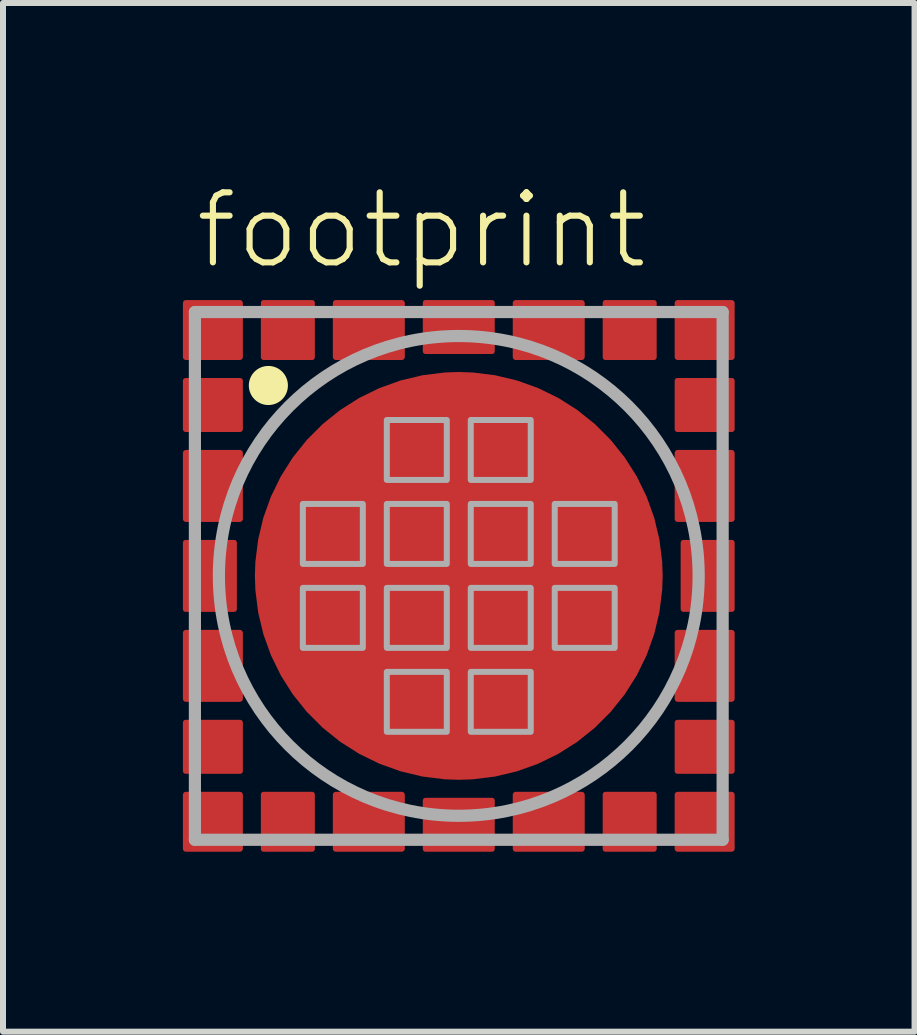
<source format=kicad_pcb>
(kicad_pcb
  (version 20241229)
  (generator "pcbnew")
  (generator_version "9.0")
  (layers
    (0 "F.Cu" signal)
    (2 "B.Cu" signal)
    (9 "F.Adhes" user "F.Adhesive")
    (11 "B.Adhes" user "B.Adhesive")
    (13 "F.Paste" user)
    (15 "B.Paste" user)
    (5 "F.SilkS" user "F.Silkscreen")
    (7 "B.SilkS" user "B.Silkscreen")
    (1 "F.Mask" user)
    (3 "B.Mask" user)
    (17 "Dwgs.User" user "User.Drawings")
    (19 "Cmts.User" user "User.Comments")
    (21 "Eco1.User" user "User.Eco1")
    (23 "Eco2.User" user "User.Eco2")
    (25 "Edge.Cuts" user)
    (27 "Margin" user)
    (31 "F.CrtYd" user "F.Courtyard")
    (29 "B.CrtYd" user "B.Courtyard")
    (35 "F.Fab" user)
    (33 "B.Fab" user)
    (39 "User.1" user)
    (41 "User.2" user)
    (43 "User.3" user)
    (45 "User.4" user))
  (footprint "footprint"
    (layer "F.Cu")
    (at 4.6 6.553)
    (property "Reference" "footprint" (at -4.445 -5.08 0) (layer "F.SilkS") (effects (font (size 1.168 1.168) (thickness 0.102)) (justify left bottom)))
    (fp_circle (center -3.175 -3.175) (end -3.012 -3.175) (stroke (width 0.326) (type solid)) (fill yes) (layer "F.SilkS"))
    (fp_line (start -4.4 -4.4) (end -4.4 4.4) (stroke (width 0.203) (type solid)) (layer "F.Fab"))
    (fp_line (start -4.4 4.4) (end 4.4 4.4) (stroke (width 0.203) (type solid)) (layer "F.Fab"))
    (fp_line (start 4.4 -4.4) (end -4.4 -4.4) (stroke (width 0.203) (type solid)) (layer "F.Fab"))
    (fp_line (start 4.4 4.4) (end 4.4 -4.4) (stroke (width 0.203) (type solid)) (layer "F.Fab"))
    (fp_circle (center 0 0) (end 4 0) (stroke (width 0.203) (type solid)) (fill no) (layer "F.Fab"))
    (fp_poly (pts (xy -2.6 -0.2) (xy -1.6 -0.2) (xy -1.6 -1.2) (xy -2.6 -1.2)) (stroke (width 0.1) (type solid)) (fill no) (layer "F.Fab"))
    (fp_poly (pts (xy -2.6 1.2) (xy -1.6 1.2) (xy -1.6 0.2) (xy -2.6 0.2)) (stroke (width 0.1) (type solid)) (fill no) (layer "F.Fab"))
    (fp_poly (pts (xy -1.2 -1.6) (xy -0.2 -1.6) (xy -0.2 -2.6) (xy -1.2 -2.6)) (stroke (width 0.1) (type solid)) (fill no) (layer "F.Fab"))
    (fp_poly (pts (xy -1.2 -0.2) (xy -0.2 -0.2) (xy -0.2 -1.2) (xy -1.2 -1.2)) (stroke (width 0.1) (type solid)) (fill no) (layer "F.Fab"))
    (fp_poly (pts (xy -1.2 1.2) (xy -0.2 1.2) (xy -0.2 0.2) (xy -1.2 0.2)) (stroke (width 0.1) (type solid)) (fill no) (layer "F.Fab"))
    (fp_poly (pts (xy -1.2 2.6) (xy -0.2 2.6) (xy -0.2 1.6) (xy -1.2 1.6)) (stroke (width 0.1) (type solid)) (fill no) (layer "F.Fab"))
    (fp_poly (pts (xy 0.2 -1.6) (xy 1.2 -1.6) (xy 1.2 -2.6) (xy 0.2 -2.6)) (stroke (width 0.1) (type solid)) (fill no) (layer "F.Fab"))
    (fp_poly (pts (xy 0.2 -0.2) (xy 1.2 -0.2) (xy 1.2 -1.2) (xy 0.2 -1.2)) (stroke (width 0.1) (type solid)) (fill no) (layer "F.Fab"))
    (fp_poly (pts (xy 0.2 1.2) (xy 1.2 1.2) (xy 1.2 0.2) (xy 0.2 0.2)) (stroke (width 0.1) (type solid)) (fill no) (layer "F.Fab"))
    (fp_poly (pts (xy 0.2 2.6) (xy 1.2 2.6) (xy 1.2 1.6) (xy 0.2 1.6)) (stroke (width 0.1) (type solid)) (fill no) (layer "F.Fab"))
    (fp_poly (pts (xy 1.6 -0.2) (xy 2.6 -0.2) (xy 2.6 -1.2) (xy 1.6 -1.2)) (stroke (width 0.1) (type solid)) (fill no) (layer "F.Fab"))
    (fp_poly (pts (xy 1.6 1.2) (xy 2.6 1.2) (xy 2.6 0.2) (xy 1.6 0.2)) (stroke (width 0.1) (type solid)) (fill no) (layer "F.Fab"))
    (pad "1" smd roundrect (at -4.1 -4.1) (size 1 1) (layers "F.Cu" "F.Mask" "F.Paste") (roundrect_rratio 0.05))
    (pad "2" smd roundrect (at -4.1 -2.85) (size 1 0.9) (layers "F.Cu" "F.Mask" "F.Paste") (roundrect_rratio 0.05))
    (pad "3" smd roundrect (at -4.1 -1.5) (size 1 1.2) (layers "F.Cu" "F.Mask" "F.Paste") (roundrect_rratio 0.05))
    (pad "4" smd roundrect (at -4.15 0) (size 0.9 1.2) (layers "F.Cu" "F.Mask" "F.Paste") (roundrect_rratio 0.05))
    (pad "5" smd roundrect (at -4.1 1.5) (size 1 1.2) (layers "F.Cu" "F.Mask" "F.Paste") (roundrect_rratio 0.05))
    (pad "6" smd roundrect (at -4.1 2.85) (size 1 0.9) (layers "F.Cu" "F.Mask" "F.Paste") (roundrect_rratio 0.05))
    (pad "7" smd roundrect (at -4.1 4.1) (size 1 1) (layers "F.Cu" "F.Mask" "F.Paste") (roundrect_rratio 0.05))
    (pad "8" smd roundrect (at -2.85 4.1 90) (size 1 0.9) (layers "F.Cu" "F.Mask" "F.Paste") (roundrect_rratio 0.05))
    (pad "9" smd roundrect (at -1.5 4.1 90) (size 1 1.2) (layers "F.Cu" "F.Mask" "F.Paste") (roundrect_rratio 0.05))
    (pad "10" smd roundrect (at 0 4.15 90) (size 0.9 1.2) (layers "F.Cu" "F.Mask" "F.Paste") (roundrect_rratio 0.05))
    (pad "11" smd roundrect (at 1.5 4.1 90) (size 1 1.2) (layers "F.Cu" "F.Mask" "F.Paste") (roundrect_rratio 0.05))
    (pad "12" smd roundrect (at 2.85 4.1 90) (size 1 0.9) (layers "F.Cu" "F.Mask" "F.Paste") (roundrect_rratio 0.05))
    (pad "13" smd roundrect (at 4.1 4.1 90) (size 1 1) (layers "F.Cu" "F.Mask" "F.Paste") (roundrect_rratio 0.05))
    (pad "14" smd roundrect (at 4.1 2.85 180) (size 1 0.9) (layers "F.Cu" "F.Mask" "F.Paste") (roundrect_rratio 0.05))
    (pad "15" smd roundrect (at 4.1 1.5 180) (size 1 1.2) (layers "F.Cu" "F.Mask" "F.Paste") (roundrect_rratio 0.05))
    (pad "16" smd roundrect (at 4.15 0 180) (size 0.9 1.2) (layers "F.Cu" "F.Mask" "F.Paste") (roundrect_rratio 0.05))
    (pad "17" smd roundrect (at 4.1 -1.5 180) (size 1 1.2) (layers "F.Cu" "F.Mask" "F.Paste") (roundrect_rratio 0.05))
    (pad "18" smd roundrect (at 4.1 -2.85 180) (size 1 0.9) (layers "F.Cu" "F.Mask" "F.Paste") (roundrect_rratio 0.05))
    (pad "19" smd roundrect (at 4.1 -4.1 180) (size 1 1) (layers "F.Cu" "F.Mask" "F.Paste") (roundrect_rratio 0.05))
    (pad "20" smd roundrect (at 2.85 -4.1 270) (size 1 0.9) (layers "F.Cu" "F.Mask" "F.Paste") (roundrect_rratio 0.05))
    (pad "21" smd roundrect (at 1.5 -4.1 270) (size 1 1.2) (layers "F.Cu" "F.Mask" "F.Paste") (roundrect_rratio 0.05))
    (pad "22" smd roundrect (at 0 -4.15 270) (size 0.9 1.2) (layers "F.Cu" "F.Mask" "F.Paste") (roundrect_rratio 0.05))
    (pad "23" smd roundrect (at -1.5 -4.1 270) (size 1 1.2) (layers "F.Cu" "F.Mask" "F.Paste") (roundrect_rratio 0.05))
    (pad "24" smd roundrect (at -2.85 -4.1 270) (size 1 0.9) (layers "F.Cu" "F.Mask" "F.Paste") (roundrect_rratio 0.05))
    (pad "TH" smd roundrect (at 0 0) (size 6.8 6.8) (layers "F.Cu" "F.Mask" "F.Paste") (roundrect_rratio 0.5)))
  (gr_rect
    (start -3 -3)
    (end 12.2 14.153)
    (stroke (width 0.1) (type default))
    (fill no)
    (layer "Edge.Cuts")))
</source>
